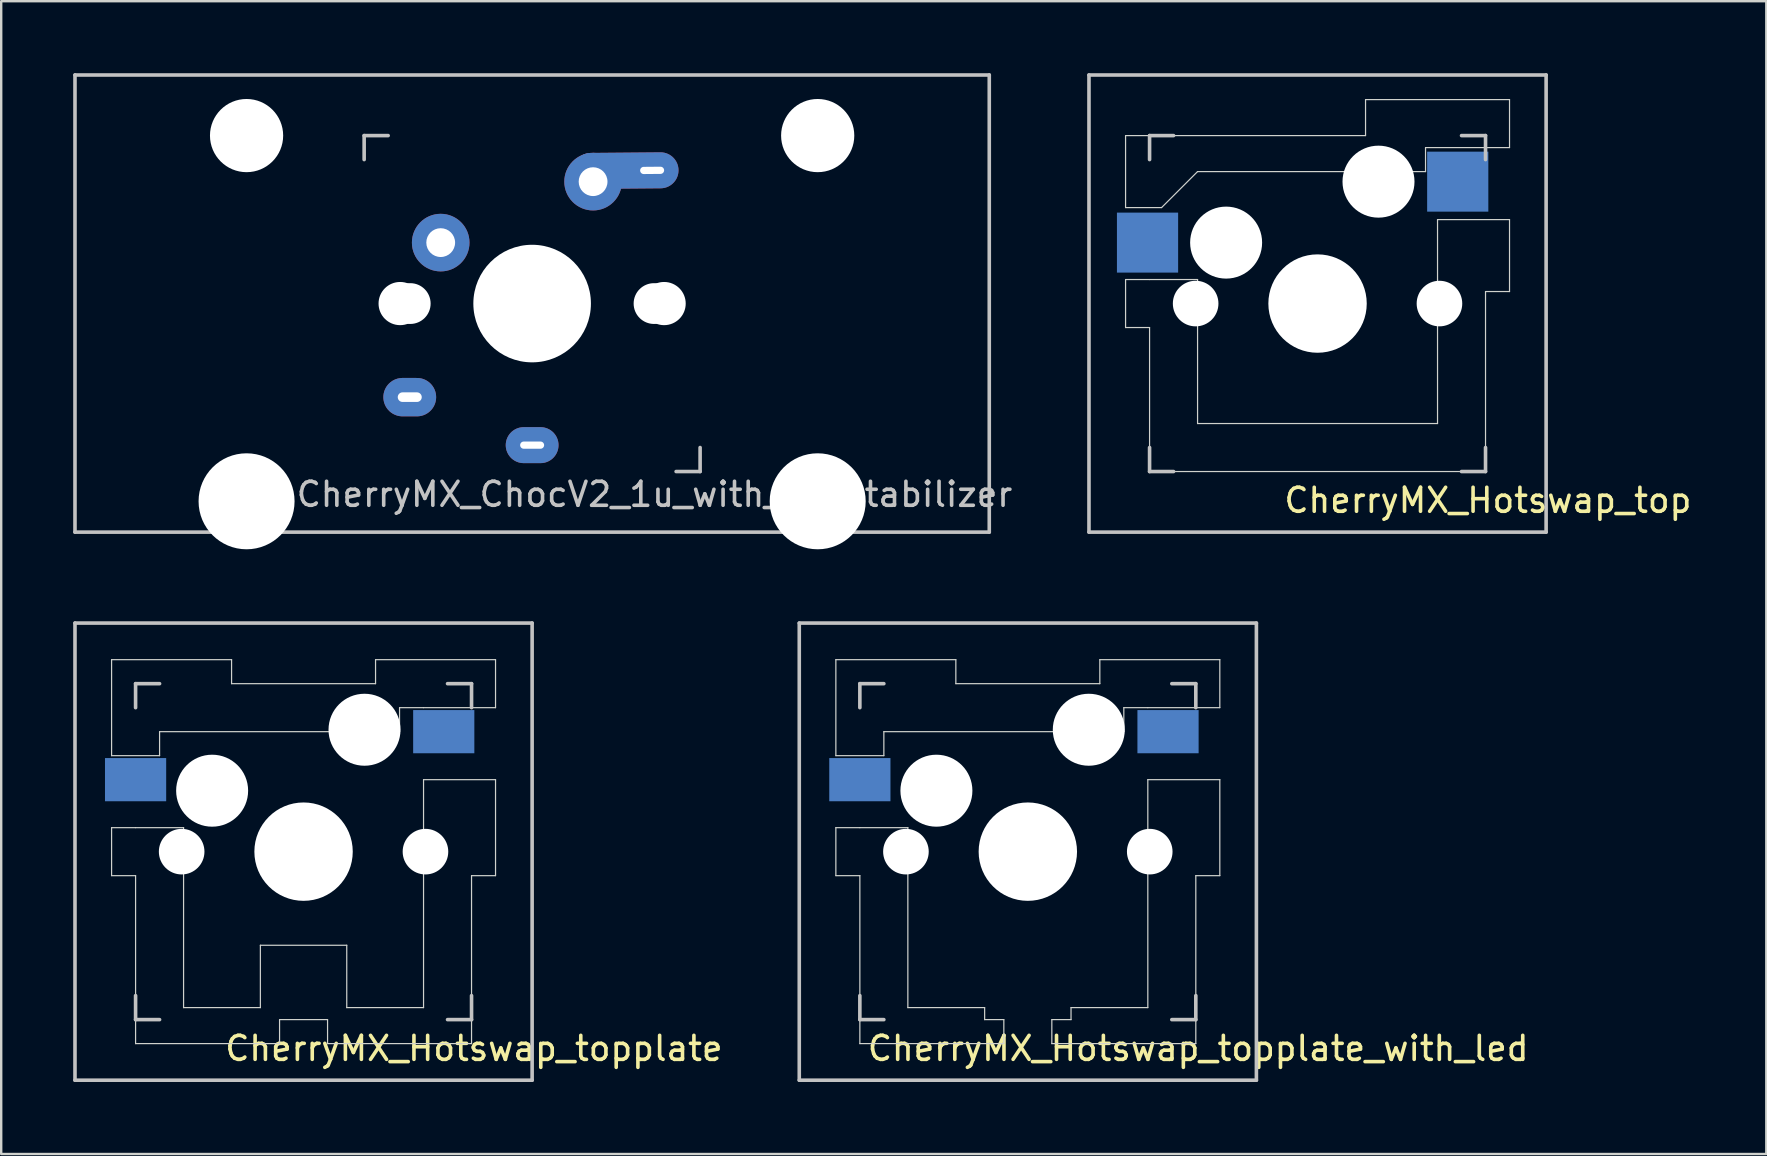
<source format=kicad_pcb>
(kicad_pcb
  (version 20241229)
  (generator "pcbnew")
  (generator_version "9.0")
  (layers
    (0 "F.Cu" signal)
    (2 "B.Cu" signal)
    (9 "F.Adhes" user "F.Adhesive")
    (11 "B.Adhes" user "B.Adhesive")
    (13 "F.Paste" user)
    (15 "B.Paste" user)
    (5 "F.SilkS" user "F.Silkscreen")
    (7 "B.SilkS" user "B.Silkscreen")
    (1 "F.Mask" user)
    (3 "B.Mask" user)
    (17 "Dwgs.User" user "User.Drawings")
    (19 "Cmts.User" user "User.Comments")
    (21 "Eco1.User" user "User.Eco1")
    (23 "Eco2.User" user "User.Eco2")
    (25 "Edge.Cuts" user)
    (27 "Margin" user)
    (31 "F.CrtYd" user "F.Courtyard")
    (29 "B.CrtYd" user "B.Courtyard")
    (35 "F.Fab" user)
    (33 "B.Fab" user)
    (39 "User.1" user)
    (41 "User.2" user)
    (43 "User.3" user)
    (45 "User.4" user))
  (footprint "CherryMX_ChocV2_1u_with_2u_stabilizer"
    (layer "F.Cu")
    (at 19.125 9.6)
    (property "Reference" "CherryMX_ChocV2_1u_with_2u_stabilizer" (at 5.1 7.95 180) (layer "Dwgs.User") (effects (font (size 1 1) (thickness 0.15))))
    (attr through_hole)
    (fp_line (start -19.05 -9.525) (end 19.05 -9.525) (stroke (width 0.15) (type solid)) (layer "Dwgs.User"))
    (fp_line (start -19.05 9.525) (end -19.05 -9.525) (stroke (width 0.15) (type solid)) (layer "Dwgs.User"))
    (fp_line (start -7 -7) (end -6 -7) (stroke (width 0.15) (type solid)) (layer "Dwgs.User"))
    (fp_line (start -7 -6) (end -7 -7) (stroke (width 0.15) (type solid)) (layer "Dwgs.User"))
    (fp_line (start 6 7) (end 7 7) (stroke (width 0.15) (type solid)) (layer "Dwgs.User"))
    (fp_line (start 7 7) (end 7 6) (stroke (width 0.15) (type solid)) (layer "Dwgs.User"))
    (fp_line (start 19.05 -9.525) (end 19.05 9.525) (stroke (width 0.15) (type solid)) (layer "Dwgs.User"))
    (fp_line (start 19.05 9.525) (end -19.05 9.525) (stroke (width 0.15) (type solid)) (layer "Dwgs.User"))
    (pad "" np_thru_hole circle (at -11.9 -7) (size 3.05 3.05) (drill 3.05) (layers "*.Cu" "*.Mask"))
    (pad "" np_thru_hole circle (at -11.9 8.24) (size 4 4) (drill 4) (layers "*.Cu" "*.Mask"))
    (pad "" np_thru_hole circle (at -5.5 0 90) (size 1.8 1.8) (drill 1.8) (layers "*.Cu" "*.Mask"))
    (pad "" np_thru_hole circle (at -5.08 0) (size 1.7 1.7) (drill 1.7) (layers "*.Cu" "*.Mask"))
    (pad "" np_thru_hole circle (at 0 0 90) (size 4.9 4.9) (drill 4.9) (layers "*.Cu" "*.Mask"))
    (pad "" np_thru_hole circle (at 5.08 0) (size 1.7 1.7) (drill 1.7) (layers "*.Cu" "*.Mask"))
    (pad "" np_thru_hole circle (at 5.5 0 90) (size 1.8 1.8) (drill 1.8) (layers "*.Cu" "*.Mask"))
    (pad "" np_thru_hole circle (at 11.9 -7) (size 3.05 3.05) (drill 3.05) (layers "*.Cu" "*.Mask"))
    (pad "" np_thru_hole circle (at 11.9 8.24) (size 4 4) (drill 4) (layers "*.Cu" "*.Mask"))
    (pad "1" thru_hole oval (at -5.1 3.9) (size 2.2 1.6) (drill oval 1 0.4) (layers "*.Cu" "B.Mask"))
    (pad "1" thru_hole circle (at -3.81 -2.54) (size 2.4 2.4) (drill 1.2) (layers "*.Cu" "B.Mask"))
    (pad "2" thru_hole oval (at 0 5.9) (size 2.2 1.5) (drill oval 1 0.3) (layers "*.Cu" "B.Mask"))
    (pad "2" thru_hole circle (at 2.54 -5.08) (size 2.4 2.4) (drill 1.2) (layers "*.Cu" "B.Mask"))
    (pad "2" thru_hole oval (at 5 -5.55 0.5) (size 4.4 1.5) (drill oval 1 0.3 (offset -1.1 0)) (layers "*.Cu" "B.Mask")))
  (footprint "CherryMX_Hotswap_top"
    (layer "F.Cu")
    (at 51.855 9.6)
    (property "Reference" "CherryMX_Hotswap_top" (at 7.1 8.2 0) (layer "F.SilkS") (effects (font (size 1 1) (thickness 0.15))))
    (attr through_hole)
    (fp_line (start -9.525 -9.525) (end 9.525 -9.525) (stroke (width 0.15) (type solid)) (layer "Dwgs.User"))
    (fp_line (start -9.525 9.525) (end -9.525 -9.525) (stroke (width 0.15) (type solid)) (layer "Dwgs.User"))
    (fp_line (start -7 -7) (end -6 -7) (stroke (width 0.15) (type solid)) (layer "Dwgs.User"))
    (fp_line (start -7 -6) (end -7 -7) (stroke (width 0.15) (type solid)) (layer "Dwgs.User"))
    (fp_line (start -7 6) (end -7 7) (stroke (width 0.15) (type solid)) (layer "Dwgs.User"))
    (fp_line (start -7 7) (end -6 7) (stroke (width 0.15) (type solid)) (layer "Dwgs.User"))
    (fp_line (start 6 7) (end 7 7) (stroke (width 0.15) (type solid)) (layer "Dwgs.User"))
    (fp_line (start 7 -7) (end 6 -7) (stroke (width 0.15) (type solid)) (layer "Dwgs.User"))
    (fp_line (start 7 -7) (end 7 -6) (stroke (width 0.15) (type solid)) (layer "Dwgs.User"))
    (fp_line (start 7 7) (end 7 6) (stroke (width 0.15) (type solid)) (layer "Dwgs.User"))
    (fp_line (start 9.525 -9.525) (end 9.525 9.525) (stroke (width 0.15) (type solid)) (layer "Dwgs.User"))
    (fp_line (start 9.525 9.525) (end -9.525 9.525) (stroke (width 0.15) (type solid)) (layer "Dwgs.User"))
    (fp_line (start -8 -7) (end 2 -7) (stroke (width 0.05) (type default)) (layer "Edge.Cuts"))
    (fp_line (start -8 -4) (end -8 -7) (stroke (width 0.05) (type default)) (layer "Edge.Cuts"))
    (fp_line (start -8 -1) (end -7 -1) (stroke (width 0.05) (type default)) (layer "Edge.Cuts"))
    (fp_line (start -8 1) (end -8 -1) (stroke (width 0.05) (type default)) (layer "Edge.Cuts"))
    (fp_line (start -7 -1) (end -5 -1) (stroke (width 0.05) (type default)) (layer "Edge.Cuts"))
    (fp_line (start -7 1) (end -8 1) (stroke (width 0.05) (type default)) (layer "Edge.Cuts"))
    (fp_line (start -7 7) (end -7 1) (stroke (width 0.05) (type default)) (layer "Edge.Cuts"))
    (fp_line (start -6.5 -4) (end -8 -4) (stroke (width 0.05) (type default)) (layer "Edge.Cuts"))
    (fp_line (start -5 -5.5) (end -6.5 -4) (stroke (width 0.05) (type default)) (layer "Edge.Cuts"))
    (fp_line (start -5 -1) (end -5 5) (stroke (width 0.05) (type default)) (layer "Edge.Cuts"))
    (fp_line (start -5 5) (end 5 5) (stroke (width 0.05) (type default)) (layer "Edge.Cuts"))
    (fp_line (start 2 -8.5) (end 8 -8.5) (stroke (width 0.05) (type default)) (layer "Edge.Cuts"))
    (fp_line (start 2 -7) (end 2 -8.5) (stroke (width 0.05) (type default)) (layer "Edge.Cuts"))
    (fp_line (start 4.5 -6.5) (end 4.5 -5.5) (stroke (width 0.05) (type default)) (layer "Edge.Cuts"))
    (fp_line (start 4.5 -5.5) (end -5 -5.5) (stroke (width 0.05) (type default)) (layer "Edge.Cuts"))
    (fp_line (start 5 -3.5) (end 8 -3.5) (stroke (width 0.05) (type default)) (layer "Edge.Cuts"))
    (fp_line (start 5 -1) (end 5 -3.5) (stroke (width 0.05) (type default)) (layer "Edge.Cuts"))
    (fp_line (start 5 5) (end 5 -1) (stroke (width 0.05) (type default)) (layer "Edge.Cuts"))
    (fp_line (start 7 -0.5) (end 7 7) (stroke (width 0.05) (type default)) (layer "Edge.Cuts"))
    (fp_line (start 7 7) (end -7 7) (stroke (width 0.05) (type default)) (layer "Edge.Cuts"))
    (fp_line (start 8 -8.5) (end 8 -6.5) (stroke (width 0.05) (type default)) (layer "Edge.Cuts"))
    (fp_line (start 8 -6.5) (end 4.5 -6.5) (stroke (width 0.05) (type default)) (layer "Edge.Cuts"))
    (fp_line (start 8 -3.5) (end 8 -0.5) (stroke (width 0.05) (type default)) (layer "Edge.Cuts"))
    (fp_line (start 8 -0.5) (end 7 -0.5) (stroke (width 0.05) (type default)) (layer "Edge.Cuts"))
    (pad "" np_thru_hole circle (at -5.08 0) (size 1.9 1.9) (drill 1.9) (layers "*.Cu" "*.Mask"))
    (pad "" np_thru_hole circle (at -3.81 -2.54) (size 3 3) (drill 3) (layers "*.Cu" "*.Mask"))
    (pad "" np_thru_hole circle (at 0 0 90) (size 4.1 4.1) (drill 4.1) (layers "*.Cu" "*.Mask"))
    (pad "" np_thru_hole circle (at 2.54 -5.08) (size 3 3) (drill 3) (layers "*.Cu" "*.Mask"))
    (pad "" np_thru_hole circle (at 5.08 0) (size 1.9 1.9) (drill 1.9) (layers "*.Cu" "*.Mask"))
    (pad "1" smd rect (at -7.085 -2.54 180) (size 2.55 2.5) (layers "B.Cu" "B.Mask" "B.Paste"))
    (pad "2" smd rect (at 5.842 -5.08 180) (size 2.55 2.5) (layers "B.Cu" "B.Mask" "B.Paste")))
  (footprint "CherryMX_Hotswap_topplate"
    (layer "F.Cu")
    (at 9.6 32.44)
    (property "Reference" "CherryMX_Hotswap_topplate" (at 7.1 8.2 0) (layer "F.SilkS") (effects (font (size 1 1) (thickness 0.15))))
    (attr through_hole)
    (fp_line (start -9.525 -9.525) (end 9.525 -9.525) (stroke (width 0.15) (type solid)) (layer "Dwgs.User"))
    (fp_line (start -9.525 9.525) (end -9.525 -9.525) (stroke (width 0.15) (type solid)) (layer "Dwgs.User"))
    (fp_line (start -7 -7) (end -6 -7) (stroke (width 0.15) (type solid)) (layer "Dwgs.User"))
    (fp_line (start -7 -6) (end -7 -7) (stroke (width 0.15) (type solid)) (layer "Dwgs.User"))
    (fp_line (start -7 6) (end -7 7) (stroke (width 0.15) (type solid)) (layer "Dwgs.User"))
    (fp_line (start -7 7) (end -6 7) (stroke (width 0.15) (type solid)) (layer "Dwgs.User"))
    (fp_line (start 6 7) (end 7 7) (stroke (width 0.15) (type solid)) (layer "Dwgs.User"))
    (fp_line (start 7 -7) (end 6 -7) (stroke (width 0.15) (type solid)) (layer "Dwgs.User"))
    (fp_line (start 7 -7) (end 7 -6) (stroke (width 0.15) (type solid)) (layer "Dwgs.User"))
    (fp_line (start 7 7) (end 7 6) (stroke (width 0.15) (type solid)) (layer "Dwgs.User"))
    (fp_line (start 9.525 -9.525) (end 9.525 9.525) (stroke (width 0.15) (type solid)) (layer "Dwgs.User"))
    (fp_line (start 9.525 9.525) (end -9.525 9.525) (stroke (width 0.15) (type solid)) (layer "Dwgs.User"))
    (fp_line (start -8 -8) (end -8 -4) (stroke (width 0.05) (type default)) (layer "Edge.Cuts"))
    (fp_line (start -8 -4) (end -6 -4) (stroke (width 0.05) (type default)) (layer "Edge.Cuts"))
    (fp_line (start -8 -1) (end -8 1) (stroke (width 0.05) (type default)) (layer "Edge.Cuts"))
    (fp_line (start -8 1) (end -7 1) (stroke (width 0.05) (type default)) (layer "Edge.Cuts"))
    (fp_line (start -7 -1) (end -8 -1) (stroke (width 0.05) (type default)) (layer "Edge.Cuts"))
    (fp_line (start -7 -1) (end -5 -1) (stroke (width 0.05) (type default)) (layer "Edge.Cuts"))
    (fp_line (start -7 8) (end -7 1) (stroke (width 0.05) (type default)) (layer "Edge.Cuts"))
    (fp_line (start -6 -5) (end 4 -5) (stroke (width 0.05) (type default)) (layer "Edge.Cuts"))
    (fp_line (start -6 -4) (end -6 -5) (stroke (width 0.05) (type default)) (layer "Edge.Cuts"))
    (fp_line (start -5 -1) (end -5 6.5) (stroke (width 0.05) (type default)) (layer "Edge.Cuts"))
    (fp_line (start -5 6.5) (end -1.8 6.5) (stroke (width 0.05) (type default)) (layer "Edge.Cuts"))
    (fp_line (start -3 -8) (end -8 -8) (stroke (width 0.05) (type default)) (layer "Edge.Cuts"))
    (fp_line (start -3 -7) (end -3 -8) (stroke (width 0.05) (type default)) (layer "Edge.Cuts"))
    (fp_line (start -1.8 3.9) (end -1.8 6.5) (stroke (width 0.05) (type default)) (layer "Edge.Cuts"))
    (fp_line (start -1 7) (end -1 8) (stroke (width 0.05) (type default)) (layer "Edge.Cuts"))
    (fp_line (start -1 8) (end -7 8) (stroke (width 0.05) (type default)) (layer "Edge.Cuts"))
    (fp_line (start 1 7) (end -1 7) (stroke (width 0.05) (type default)) (layer "Edge.Cuts"))
    (fp_line (start 1 7) (end 1 8) (stroke (width 0.05) (type default)) (layer "Edge.Cuts"))
    (fp_line (start 1.8 3.9) (end -1.8 3.9) (stroke (width 0.05) (type default)) (layer "Edge.Cuts"))
    (fp_line (start 1.8 6.5) (end 1.8 3.9) (stroke (width 0.05) (type default)) (layer "Edge.Cuts"))
    (fp_line (start 3 -8) (end 3 -7) (stroke (width 0.05) (type default)) (layer "Edge.Cuts"))
    (fp_line (start 3 -7) (end -3 -7) (stroke (width 0.05) (type default)) (layer "Edge.Cuts"))
    (fp_line (start 4 -6) (end 5 -6) (stroke (width 0.05) (type default)) (layer "Edge.Cuts"))
    (fp_line (start 4 -5) (end 4 -6) (stroke (width 0.05) (type default)) (layer "Edge.Cuts"))
    (fp_line (start 5 -6) (end 8 -6) (stroke (width 0.05) (type default)) (layer "Edge.Cuts"))
    (fp_line (start 5 -3) (end 8 -3) (stroke (width 0.05) (type default)) (layer "Edge.Cuts"))
    (fp_line (start 5 6.5) (end 1.8 6.5) (stroke (width 0.05) (type default)) (layer "Edge.Cuts"))
    (fp_line (start 5 6.5) (end 5 -3) (stroke (width 0.05) (type default)) (layer "Edge.Cuts"))
    (fp_line (start 7 1) (end 7 8) (stroke (width 0.05) (type default)) (layer "Edge.Cuts"))
    (fp_line (start 7 8) (end 1 8) (stroke (width 0.05) (type default)) (layer "Edge.Cuts"))
    (fp_line (start 8 -8) (end 3 -8) (stroke (width 0.05) (type default)) (layer "Edge.Cuts"))
    (fp_line (start 8 -6) (end 8 -8) (stroke (width 0.05) (type default)) (layer "Edge.Cuts"))
    (fp_line (start 8 -3) (end 8 1) (stroke (width 0.05) (type default)) (layer "Edge.Cuts"))
    (fp_line (start 8 1) (end 7 1) (stroke (width 0.05) (type default)) (layer "Edge.Cuts"))
    (fp_rect (start -1.8 3.9) (end 1.8 7) (stroke (width 0.1) (type default)) (fill no) (layer "User.2"))
    (pad "" np_thru_hole circle (at -5.08 0) (size 1.9 1.9) (drill 1.9) (layers "*.Cu" "*.Mask"))
    (pad "" np_thru_hole circle (at -3.81 -2.54) (size 3 3) (drill 3) (layers "*.Cu" "*.Mask"))
    (pad "" np_thru_hole circle (at 0 0 90) (size 4.1 4.1) (drill 4.1) (layers "*.Cu" "*.Mask"))
    (pad "" np_thru_hole circle (at 2.54 -5.08) (size 3 3) (drill 3) (layers "*.Cu" "*.Mask"))
    (pad "" np_thru_hole circle (at 5.08 0) (size 1.9 1.9) (drill 1.9) (layers "*.Cu" "*.Mask"))
    (pad "1" smd rect (at -7 -3 180) (size 2.55 1.8) (layers "B.Cu" "B.Mask" "B.Paste"))
    (pad "2" smd rect (at 5.842 -5 180) (size 2.55 1.8) (layers "B.Cu" "B.Mask" "B.Paste")))
  (footprint "CherryMX_Hotswap_topplate_with_led"
    (layer "F.Cu")
    (at 39.782 32.44)
    (property "Reference" "CherryMX_Hotswap_topplate_with_led" (at 7.1 8.2 0) (layer "F.SilkS") (effects (font (size 1 1) (thickness 0.15))))
    (attr through_hole)
    (fp_line (start -9.525 -9.525) (end 9.525 -9.525) (stroke (width 0.15) (type solid)) (layer "Dwgs.User"))
    (fp_line (start -9.525 9.525) (end -9.525 -9.525) (stroke (width 0.15) (type solid)) (layer "Dwgs.User"))
    (fp_line (start -7 -7) (end -6 -7) (stroke (width 0.15) (type solid)) (layer "Dwgs.User"))
    (fp_line (start -7 -6) (end -7 -7) (stroke (width 0.15) (type solid)) (layer "Dwgs.User"))
    (fp_line (start -7 6) (end -7 7) (stroke (width 0.15) (type solid)) (layer "Dwgs.User"))
    (fp_line (start -7 7) (end -6 7) (stroke (width 0.15) (type solid)) (layer "Dwgs.User"))
    (fp_line (start 6 7) (end 7 7) (stroke (width 0.15) (type solid)) (layer "Dwgs.User"))
    (fp_line (start 7 -7) (end 6 -7) (stroke (width 0.15) (type solid)) (layer "Dwgs.User"))
    (fp_line (start 7 -7) (end 7 -6) (stroke (width 0.15) (type solid)) (layer "Dwgs.User"))
    (fp_line (start 7 7) (end 7 6) (stroke (width 0.15) (type solid)) (layer "Dwgs.User"))
    (fp_line (start 9.525 -9.525) (end 9.525 9.525) (stroke (width 0.15) (type solid)) (layer "Dwgs.User"))
    (fp_line (start 9.525 9.525) (end -9.525 9.525) (stroke (width 0.15) (type solid)) (layer "Dwgs.User"))
    (fp_line (start -8 -8) (end -8 -4) (stroke (width 0.05) (type default)) (layer "Edge.Cuts"))
    (fp_line (start -8 -4) (end -6 -4) (stroke (width 0.05) (type default)) (layer "Edge.Cuts"))
    (fp_line (start -8 -1) (end -8 1) (stroke (width 0.05) (type default)) (layer "Edge.Cuts"))
    (fp_line (start -8 1) (end -7 1) (stroke (width 0.05) (type default)) (layer "Edge.Cuts"))
    (fp_line (start -7 -1) (end -8 -1) (stroke (width 0.05) (type default)) (layer "Edge.Cuts"))
    (fp_line (start -7 -1) (end -5 -1) (stroke (width 0.05) (type default)) (layer "Edge.Cuts"))
    (fp_line (start -7 8) (end -7 1) (stroke (width 0.05) (type default)) (layer "Edge.Cuts"))
    (fp_line (start -6 -5) (end 4 -5) (stroke (width 0.05) (type default)) (layer "Edge.Cuts"))
    (fp_line (start -6 -4) (end -6 -5) (stroke (width 0.05) (type default)) (layer "Edge.Cuts"))
    (fp_line (start -5 -1) (end -5 6.5) (stroke (width 0.05) (type default)) (layer "Edge.Cuts"))
    (fp_line (start -5 6.5) (end -1.8 6.5) (stroke (width 0.05) (type default)) (layer "Edge.Cuts"))
    (fp_line (start -3 -8) (end -8 -8) (stroke (width 0.05) (type default)) (layer "Edge.Cuts"))
    (fp_line (start -3 -7) (end -3 -8) (stroke (width 0.05) (type default)) (layer "Edge.Cuts"))
    (fp_line (start -1.8 6.5) (end -1.8 7) (stroke (width 0.05) (type default)) (layer "Edge.Cuts"))
    (fp_line (start -1 7) (end -1.8 7) (stroke (width 0.05) (type default)) (layer "Edge.Cuts"))
    (fp_line (start -1 7) (end -1 8) (stroke (width 0.05) (type default)) (layer "Edge.Cuts"))
    (fp_line (start -1 8) (end -7 8) (stroke (width 0.05) (type default)) (layer "Edge.Cuts"))
    (fp_line (start 1 7) (end 1 8) (stroke (width 0.05) (type default)) (layer "Edge.Cuts"))
    (fp_line (start 1.8 7) (end 1 7) (stroke (width 0.05) (type default)) (layer "Edge.Cuts"))
    (fp_line (start 1.8 7) (end 1.8 6.5) (stroke (width 0.05) (type default)) (layer "Edge.Cuts"))
    (fp_line (start 3 -8) (end 3 -7) (stroke (width 0.05) (type default)) (layer "Edge.Cuts"))
    (fp_line (start 3 -7) (end -3 -7) (stroke (width 0.05) (type default)) (layer "Edge.Cuts"))
    (fp_line (start 4 -6) (end 5 -6) (stroke (width 0.05) (type default)) (layer "Edge.Cuts"))
    (fp_line (start 4 -5) (end 4 -6) (stroke (width 0.05) (type default)) (layer "Edge.Cuts"))
    (fp_line (start 5 -6) (end 8 -6) (stroke (width 0.05) (type default)) (layer "Edge.Cuts"))
    (fp_line (start 5 -3) (end 8 -3) (stroke (width 0.05) (type default)) (layer "Edge.Cuts"))
    (fp_line (start 5 6.5) (end 1.8 6.5) (stroke (width 0.05) (type default)) (layer "Edge.Cuts"))
    (fp_line (start 5 6.5) (end 5 -3) (stroke (width 0.05) (type default)) (layer "Edge.Cuts"))
    (fp_line (start 7 1) (end 7 8) (stroke (width 0.05) (type default)) (layer "Edge.Cuts"))
    (fp_line (start 7 8) (end 1 8) (stroke (width 0.05) (type default)) (layer "Edge.Cuts"))
    (fp_line (start 8 -8) (end 3 -8) (stroke (width 0.05) (type default)) (layer "Edge.Cuts"))
    (fp_line (start 8 -6) (end 8 -8) (stroke (width 0.05) (type default)) (layer "Edge.Cuts"))
    (fp_line (start 8 -3) (end 8 1) (stroke (width 0.05) (type default)) (layer "Edge.Cuts"))
    (fp_line (start 8 1) (end 7 1) (stroke (width 0.05) (type default)) (layer "Edge.Cuts"))
    (fp_rect (start -1.8 3.9) (end 1.8 7) (stroke (width 0.1) (type default)) (fill no) (layer "User.2"))
    (pad "" np_thru_hole circle (at -5.08 0) (size 1.9 1.9) (drill 1.9) (layers "*.Cu" "*.Mask"))
    (pad "" np_thru_hole circle (at -3.81 -2.54) (size 3 3) (drill 3) (layers "*.Cu" "*.Mask"))
    (pad "" np_thru_hole circle (at 0 0 90) (size 4.1 4.1) (drill 4.1) (layers "*.Cu" "*.Mask"))
    (pad "" np_thru_hole circle (at 2.54 -5.08) (size 3 3) (drill 3) (layers "*.Cu" "*.Mask"))
    (pad "" np_thru_hole circle (at 5.08 0) (size 1.9 1.9) (drill 1.9) (layers "*.Cu" "*.Mask"))
    (pad "1" smd rect (at -7 -3 180) (size 2.55 1.8) (layers "B.Cu" "B.Mask" "B.Paste"))
    (pad "2" smd rect (at 5.842 -5 180) (size 2.55 1.8) (layers "B.Cu" "B.Mask" "B.Paste")))
  (gr_rect
    (start -3 -3)
    (end 70.556 45.04)
    (stroke (width 0.1) (type default))
    (fill no)
    (layer "Edge.Cuts")))
</source>
